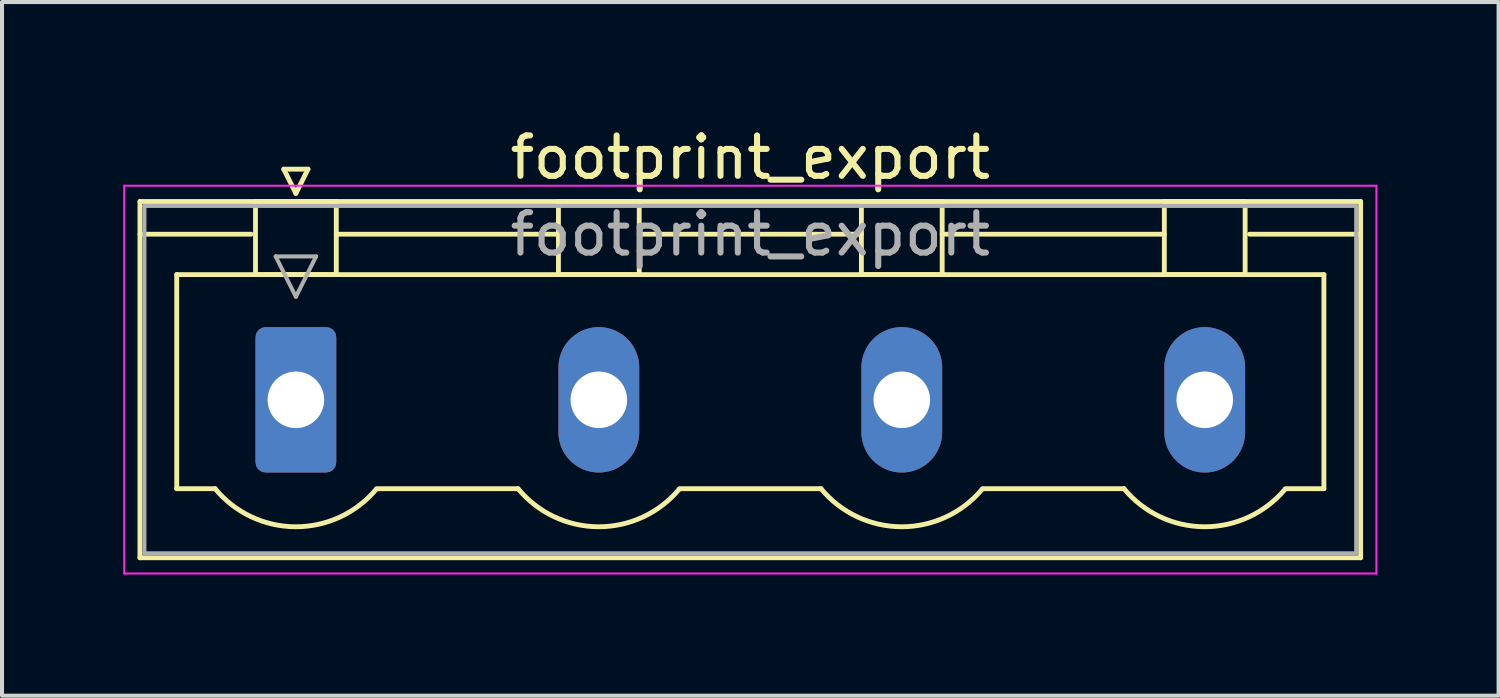
<source format=kicad_pcb>
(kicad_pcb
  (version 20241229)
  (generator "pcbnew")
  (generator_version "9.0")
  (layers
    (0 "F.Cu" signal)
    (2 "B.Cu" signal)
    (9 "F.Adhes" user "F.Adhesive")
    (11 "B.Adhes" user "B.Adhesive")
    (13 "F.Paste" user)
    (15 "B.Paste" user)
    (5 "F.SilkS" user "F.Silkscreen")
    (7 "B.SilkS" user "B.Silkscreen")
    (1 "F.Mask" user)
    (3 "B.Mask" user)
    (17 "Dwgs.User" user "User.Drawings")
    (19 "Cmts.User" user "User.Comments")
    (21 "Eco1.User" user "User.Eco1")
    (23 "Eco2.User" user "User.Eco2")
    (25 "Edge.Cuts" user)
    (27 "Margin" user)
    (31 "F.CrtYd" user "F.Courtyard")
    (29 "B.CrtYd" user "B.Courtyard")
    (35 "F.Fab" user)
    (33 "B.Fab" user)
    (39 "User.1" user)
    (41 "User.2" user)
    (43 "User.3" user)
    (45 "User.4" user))
  (footprint "footprint_export"
    (layer "F.Cu")
    (at 4.275 6.848)
    (property "Reference" "footprint_export" (at 11.25 -6 0) (layer "F.SilkS") (effects (font (size 1 1) (thickness 0.15))))
    (attr through_hole)
    (fp_line (start -3.86 -4.91) (end -3.86 3.91) (stroke (width 0.12) (type solid)) (layer "F.SilkS"))
    (fp_line (start -3.86 -4.1) (end -1.11 -4.1) (stroke (width 0.12) (type solid)) (layer "F.SilkS"))
    (fp_line (start -3.86 3.91) (end 26.36 3.91) (stroke (width 0.12) (type solid)) (layer "F.SilkS"))
    (fp_line (start -2.95 -3.1) (end 25.45 -3.1) (stroke (width 0.12) (type solid)) (layer "F.SilkS"))
    (fp_line (start -2.95 2.2) (end -2.95 -3.1) (stroke (width 0.12) (type solid)) (layer "F.SilkS"))
    (fp_line (start -2 2.2) (end -2.95 2.2) (stroke (width 0.12) (type solid)) (layer "F.SilkS"))
    (fp_line (start -1 -4.91) (end 1 -4.91) (stroke (width 0.12) (type solid)) (layer "F.SilkS"))
    (fp_line (start -1 -3.1) (end -1 -4.91) (stroke (width 0.12) (type solid)) (layer "F.SilkS"))
    (fp_line (start -0.3 -5.71) (end 0.3 -5.71) (stroke (width 0.12) (type solid)) (layer "F.SilkS"))
    (fp_line (start 0 -5.11) (end -0.3 -5.71) (stroke (width 0.12) (type solid)) (layer "F.SilkS"))
    (fp_line (start 0.3 -5.71) (end 0 -5.11) (stroke (width 0.12) (type solid)) (layer "F.SilkS"))
    (fp_line (start 1 -4.91) (end 1 -3.1) (stroke (width 0.12) (type solid)) (layer "F.SilkS"))
    (fp_line (start 1 -4.1) (end 6.5 -4.1) (stroke (width 0.12) (type solid)) (layer "F.SilkS"))
    (fp_line (start 1 -3.1) (end -1 -3.1) (stroke (width 0.12) (type solid)) (layer "F.SilkS"))
    (fp_line (start 2 2.2) (end 5.5 2.2) (stroke (width 0.12) (type solid)) (layer "F.SilkS"))
    (fp_line (start 6.5 -4.91) (end 8.5 -4.91) (stroke (width 0.12) (type solid)) (layer "F.SilkS"))
    (fp_line (start 6.5 -3.1) (end 6.5 -4.91) (stroke (width 0.12) (type solid)) (layer "F.SilkS"))
    (fp_line (start 8.5 -4.91) (end 8.5 -3.1) (stroke (width 0.12) (type solid)) (layer "F.SilkS"))
    (fp_line (start 8.5 -4.1) (end 14 -4.1) (stroke (width 0.12) (type solid)) (layer "F.SilkS"))
    (fp_line (start 8.5 -3.1) (end 6.5 -3.1) (stroke (width 0.12) (type solid)) (layer "F.SilkS"))
    (fp_line (start 9.5 2.2) (end 13 2.2) (stroke (width 0.12) (type solid)) (layer "F.SilkS"))
    (fp_line (start 14 -4.91) (end 16 -4.91) (stroke (width 0.12) (type solid)) (layer "F.SilkS"))
    (fp_line (start 14 -3.1) (end 14 -4.91) (stroke (width 0.12) (type solid)) (layer "F.SilkS"))
    (fp_line (start 16 -4.91) (end 16 -3.1) (stroke (width 0.12) (type solid)) (layer "F.SilkS"))
    (fp_line (start 16 -4.1) (end 21.5 -4.1) (stroke (width 0.12) (type solid)) (layer "F.SilkS"))
    (fp_line (start 16 -3.1) (end 14 -3.1) (stroke (width 0.12) (type solid)) (layer "F.SilkS"))
    (fp_line (start 17 2.2) (end 20.5 2.2) (stroke (width 0.12) (type solid)) (layer "F.SilkS"))
    (fp_line (start 21.5 -4.91) (end 23.5 -4.91) (stroke (width 0.12) (type solid)) (layer "F.SilkS"))
    (fp_line (start 21.5 -3.1) (end 21.5 -4.91) (stroke (width 0.12) (type solid)) (layer "F.SilkS"))
    (fp_line (start 23.5 -4.91) (end 23.5 -3.1) (stroke (width 0.12) (type solid)) (layer "F.SilkS"))
    (fp_line (start 23.5 -3.1) (end 21.5 -3.1) (stroke (width 0.12) (type solid)) (layer "F.SilkS"))
    (fp_line (start 25.45 -3.1) (end 25.45 2.2) (stroke (width 0.12) (type solid)) (layer "F.SilkS"))
    (fp_line (start 25.45 2.2) (end 24.5 2.2) (stroke (width 0.12) (type solid)) (layer "F.SilkS"))
    (fp_line (start 26.36 -4.91) (end -3.86 -4.91) (stroke (width 0.12) (type solid)) (layer "F.SilkS"))
    (fp_line (start 26.36 -4.1) (end 23.61 -4.1) (stroke (width 0.12) (type solid)) (layer "F.SilkS"))
    (fp_line (start 26.36 3.91) (end 26.36 -4.91) (stroke (width 0.12) (type solid)) (layer "F.SilkS"))
    (fp_arc (start 1.986842 2.215821) (mid -0.010289 3.142758) (end -2 2.2) (stroke (width 0.12) (type solid)) (layer "F.SilkS"))
    (fp_arc (start 9.486842 2.215821) (mid 7.489711 3.142758) (end 5.5 2.2) (stroke (width 0.12) (type solid)) (layer "F.SilkS"))
    (fp_arc (start 16.986842 2.215821) (mid 14.989711 3.142758) (end 13 2.2) (stroke (width 0.12) (type solid)) (layer "F.SilkS"))
    (fp_arc (start 24.486842 2.215821) (mid 22.489711 3.142758) (end 20.5 2.2) (stroke (width 0.12) (type solid)) (layer "F.SilkS"))
    (fp_line (start -4.25 -5.3) (end -4.25 4.3) (stroke (width 0.05) (type solid)) (layer "F.CrtYd"))
    (fp_line (start -4.25 4.3) (end 26.75 4.3) (stroke (width 0.05) (type solid)) (layer "F.CrtYd"))
    (fp_line (start 26.75 -5.3) (end -4.25 -5.3) (stroke (width 0.05) (type solid)) (layer "F.CrtYd"))
    (fp_line (start 26.75 4.3) (end 26.75 -5.3) (stroke (width 0.05) (type solid)) (layer "F.CrtYd"))
    (fp_line (start -3.75 -4.8) (end -3.75 3.8) (stroke (width 0.1) (type solid)) (layer "F.Fab"))
    (fp_line (start -3.75 3.8) (end 26.25 3.8) (stroke (width 0.1) (type solid)) (layer "F.Fab"))
    (fp_line (start -0.5 -3.55) (end 0.5 -3.55) (stroke (width 0.1) (type solid)) (layer "F.Fab"))
    (fp_line (start 0 -2.55) (end -0.5 -3.55) (stroke (width 0.1) (type solid)) (layer "F.Fab"))
    (fp_line (start 0.5 -3.55) (end 0 -2.55) (stroke (width 0.1) (type solid)) (layer "F.Fab"))
    (fp_line (start 26.25 -4.8) (end -3.75 -4.8) (stroke (width 0.1) (type solid)) (layer "F.Fab"))
    (fp_line (start 26.25 3.8) (end 26.25 -4.8) (stroke (width 0.1) (type solid)) (layer "F.Fab"))
    (fp_text user "${REFERENCE}" (at 11.25 -4.1 0) (layer "F.Fab") (effects (font (size 1 1) (thickness 0.15))))
    (pad "1" thru_hole roundrect (at 0 0) (size 2 3.6) (drill 1.4) (layers "*.Cu" "*.Mask") (roundrect_rratio 0.125))
    (pad "2" thru_hole oval (at 7.5 0) (size 2 3.6) (drill 1.4) (layers "*.Cu" "*.Mask"))
    (pad "3" thru_hole oval (at 15 0) (size 2 3.6) (drill 1.4) (layers "*.Cu" "*.Mask"))
    (pad "4" thru_hole oval (at 22.5 0) (size 2 3.6) (drill 1.4) (layers "*.Cu" "*.Mask")))
  (gr_rect
    (start -3 -3)
    (end 34.05 14.173)
    (stroke (width 0.1) (type default))
    (fill no)
    (layer "Edge.Cuts")))
</source>
